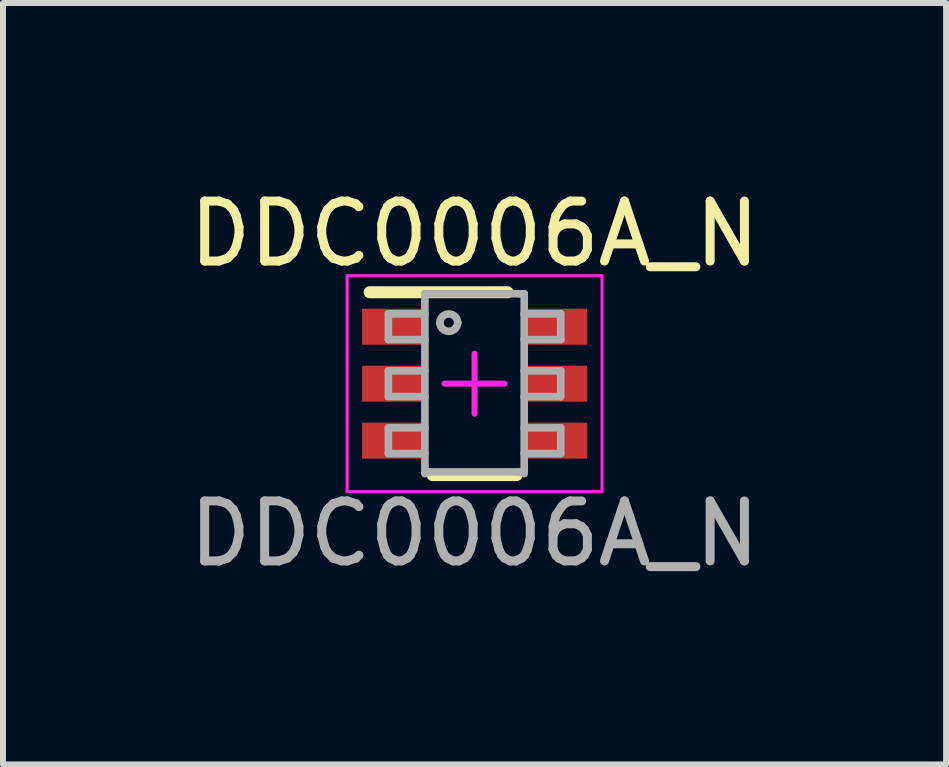
<source format=kicad_pcb>
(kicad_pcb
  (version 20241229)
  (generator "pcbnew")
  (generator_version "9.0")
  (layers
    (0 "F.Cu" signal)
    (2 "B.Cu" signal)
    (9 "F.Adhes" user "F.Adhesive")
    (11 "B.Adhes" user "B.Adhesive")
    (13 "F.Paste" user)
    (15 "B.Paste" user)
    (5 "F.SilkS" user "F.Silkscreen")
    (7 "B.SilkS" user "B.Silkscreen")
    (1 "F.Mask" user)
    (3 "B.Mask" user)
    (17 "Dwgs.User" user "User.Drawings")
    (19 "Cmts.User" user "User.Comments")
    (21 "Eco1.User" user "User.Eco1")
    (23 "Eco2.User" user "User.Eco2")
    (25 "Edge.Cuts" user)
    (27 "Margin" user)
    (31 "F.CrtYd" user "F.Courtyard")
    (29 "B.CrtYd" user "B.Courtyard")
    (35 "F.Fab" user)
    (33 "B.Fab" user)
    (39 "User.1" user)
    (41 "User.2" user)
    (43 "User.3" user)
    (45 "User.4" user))
  (footprint "DDC0006A_N"
    (layer "F.Cu")
    (at 4.863 3.348)
    (property "Reference" "DDC0006A_N" (at 0 -2.5 0) (unlocked yes) (layer "F.SilkS") (effects (font (size 1 1) (thickness 0.15))))
    (attr smd)
    (fp_line (start -1.75 -1.525) (end 0.55 -1.525) (stroke (width 0.2) (type solid)) (layer "F.SilkS"))
    (fp_line (start -0.7 1.524) (end 0.7 1.524) (stroke (width 0.2) (type solid)) (layer "F.SilkS"))
    (fp_line (start -2.125 -1.8) (end 2.125 -1.8) (stroke (width 0.05) (type solid)) (layer "F.CrtYd"))
    (fp_line (start -2.125 1.8) (end -2.125 -1.8) (stroke (width 0.05) (type solid)) (layer "F.CrtYd"))
    (fp_line (start -2.125 1.8) (end 2.125 1.8) (stroke (width 0.05) (type solid)) (layer "F.CrtYd"))
    (fp_line (start -0.5 0) (end 0.5 0) (stroke (width 0.1) (type solid)) (layer "F.CrtYd"))
    (fp_line (start 0 0.5) (end 0 -0.5) (stroke (width 0.1) (type solid)) (layer "F.CrtYd"))
    (fp_line (start 2.125 1.8) (end 2.125 -1.8) (stroke (width 0.05) (type solid)) (layer "F.CrtYd"))
    (fp_line (start -1.437 -1.165) (end -0.825 -1.165) (stroke (width 0.127) (type solid)) (layer "F.Fab"))
    (fp_line (start -1.437 -0.735) (end -1.437 -1.165) (stroke (width 0.127) (type solid)) (layer "F.Fab"))
    (fp_line (start -1.437 -0.735) (end -0.825 -0.735) (stroke (width 0.127) (type solid)) (layer "F.Fab"))
    (fp_line (start -1.437 -0.215) (end -0.825 -0.215) (stroke (width 0.127) (type solid)) (layer "F.Fab"))
    (fp_line (start -1.437 0.215) (end -1.437 -0.215) (stroke (width 0.127) (type solid)) (layer "F.Fab"))
    (fp_line (start -1.437 0.215) (end -0.825 0.215) (stroke (width 0.127) (type solid)) (layer "F.Fab"))
    (fp_line (start -1.437 0.735) (end -0.825 0.735) (stroke (width 0.127) (type solid)) (layer "F.Fab"))
    (fp_line (start -1.437 1.165) (end -1.437 0.735) (stroke (width 0.127) (type solid)) (layer "F.Fab"))
    (fp_line (start -1.437 1.165) (end -0.825 1.165) (stroke (width 0.127) (type solid)) (layer "F.Fab"))
    (fp_line (start -0.828 -1.5) (end 0.828 -1.5) (stroke (width 0.127) (type solid)) (layer "F.Fab"))
    (fp_line (start -0.828 1.5) (end -0.828 -1.5) (stroke (width 0.127) (type solid)) (layer "F.Fab"))
    (fp_line (start -0.754 -1.5) (end -0.75 -1.5) (stroke (width 0.127) (type solid)) (layer "F.Fab"))
    (fp_line (start -0.754 1.47) (end -0.75 1.47) (stroke (width 0.127) (type solid)) (layer "F.Fab"))
    (fp_line (start -0.75 1.47) (end 0.743 1.47) (stroke (width 0.127) (type solid)) (layer "F.Fab"))
    (fp_line (start 0.743 -1.5) (end 0.747 -1.5) (stroke (width 0.127) (type solid)) (layer "F.Fab"))
    (fp_line (start 0.743 1.47) (end 0.747 1.47) (stroke (width 0.127) (type solid)) (layer "F.Fab"))
    (fp_line (start 0.825 -1.165) (end 1.437 -1.165) (stroke (width 0.127) (type solid)) (layer "F.Fab"))
    (fp_line (start 0.825 -0.735) (end 1.437 -0.735) (stroke (width 0.127) (type solid)) (layer "F.Fab"))
    (fp_line (start 0.825 -0.215) (end 1.437 -0.215) (stroke (width 0.127) (type solid)) (layer "F.Fab"))
    (fp_line (start 0.825 0.215) (end 1.437 0.215) (stroke (width 0.127) (type solid)) (layer "F.Fab"))
    (fp_line (start 0.825 0.735) (end 1.437 0.735) (stroke (width 0.127) (type solid)) (layer "F.Fab"))
    (fp_line (start 0.825 1.165) (end 1.437 1.165) (stroke (width 0.127) (type solid)) (layer "F.Fab"))
    (fp_line (start 0.828 1.5) (end 0.828 -1.5) (stroke (width 0.127) (type solid)) (layer "F.Fab"))
    (fp_line (start 1.437 -0.735) (end 1.437 -1.165) (stroke (width 0.127) (type solid)) (layer "F.Fab"))
    (fp_line (start 1.437 0.215) (end 1.437 -0.215) (stroke (width 0.127) (type solid)) (layer "F.Fab"))
    (fp_line (start 1.437 1.165) (end 1.437 0.735) (stroke (width 0.127) (type solid)) (layer "F.Fab"))
    (fp_arc (start -0.578322 -1.017679) (mid -0.429542 -1.166459) (end -0.280761 -1.017679) (stroke (width 0.127) (type solid)) (layer "F.Fab"))
    (fp_arc (start -0.280761 -1.017679) (mid -0.429542 -0.868898) (end -0.578322 -1.017679) (stroke (width 0.127) (type solid)) (layer "F.Fab"))
    (fp_text user "${REFERENCE}" (at 0 2.5 0) (unlocked yes) (layer "F.Fab") (effects (font (size 1 1) (thickness 0.15))))
    (pad "1" smd rect (at -1.375 -0.95 90) (size 0.6 1) (layers "F.Cu" "F.Mask" "F.Paste"))
    (pad "2" smd rect (at -1.375 0 90) (size 0.6 1) (layers "F.Cu" "F.Mask" "F.Paste"))
    (pad "3" smd rect (at -1.375 0.95 90) (size 0.6 1) (layers "F.Cu" "F.Mask" "F.Paste"))
    (pad "4" smd rect (at 1.375 0.95 90) (size 0.6 1) (layers "F.Cu" "F.Mask" "F.Paste"))
    (pad "5" smd rect (at 1.375 0 90) (size 0.6 1) (layers "F.Cu" "F.Mask" "F.Paste"))
    (pad "6" smd rect (at 1.375 -0.95 90) (size 0.6 1) (layers "F.Cu" "F.Mask" "F.Paste")))
  (gr_rect
    (start -3 -3)
    (end 12.726 9.697)
    (stroke (width 0.1) (type default))
    (fill no)
    (layer "Edge.Cuts")))
</source>
